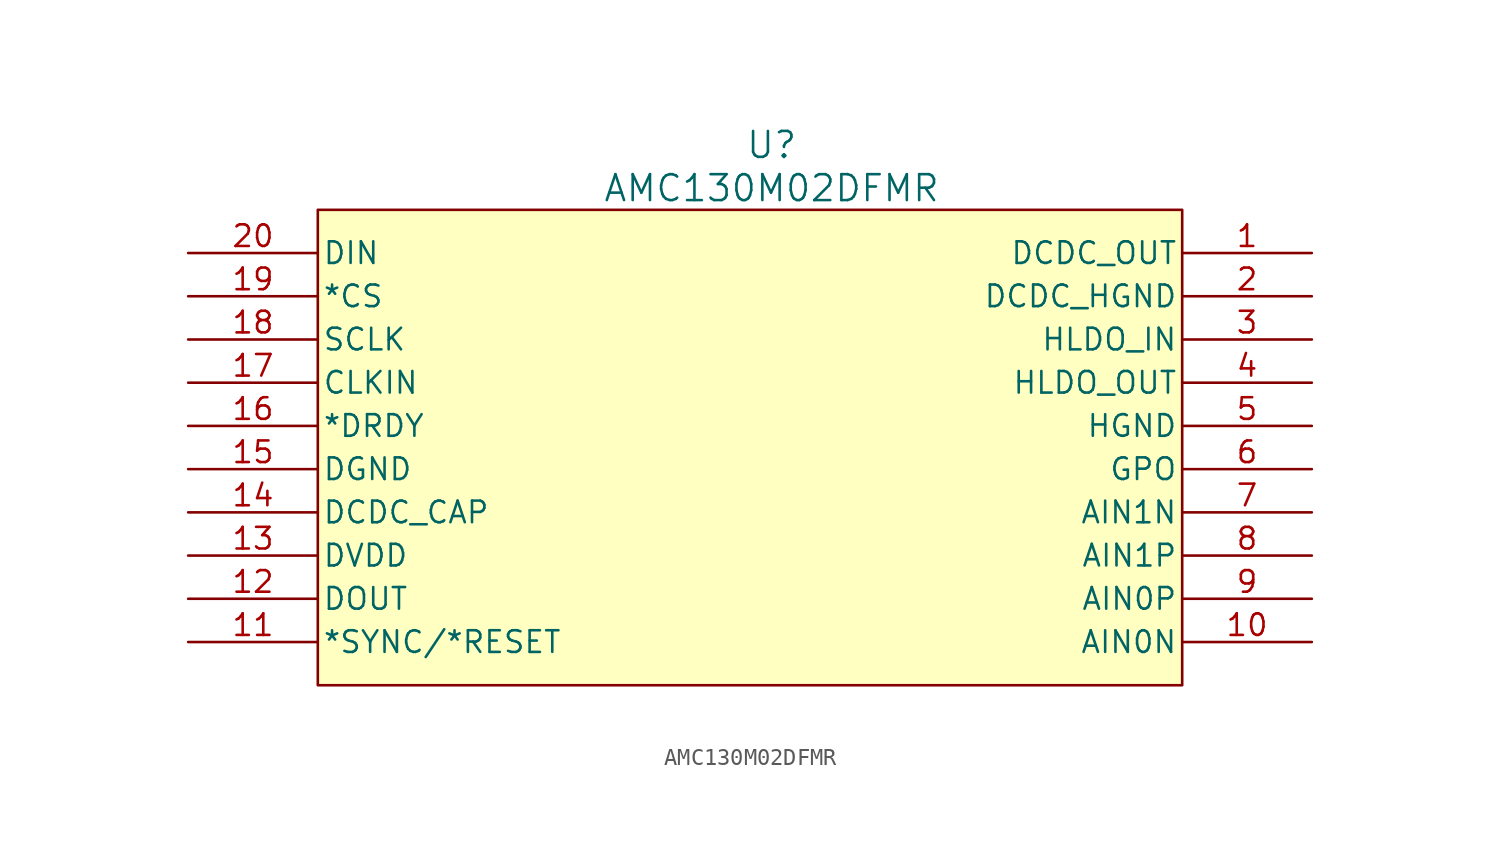
<source format=kicad_sym>
(kicad_symbol_lib
  (version 20220914)
  (generator kicad_symbol_editor)
  (symbol "AMC130M02DFMR"
    (pin_names
      (offset 0.254))
    (property "Reference" "U"
      (at 33.02 10.16 0)
      (effects (font (size 1.524 1.524))))
    (property "Value" "AMC130M02DFMR"
      (at 33.02 7.62 0)
      (effects (font (size 1.524 1.524))))
    (property "ki_locked" ""
      (at 0 0 0)
      (effects (font (size 1.27 1.27))))
    (symbol "AMC130M02DFMR_1_1"
      (rectangle (start 6.35 -21.59) (end 57.15 6.35) (stroke (width 0) (type default)) (fill (type background)))
      (pin power_in line (at 64.77 3.81 180) (length 7.62) (name "DCDC_OUT" (effects (font (size 1.27 1.27)))) (number "1" (effects (font (size 1.27 1.27)))))
      (pin input line (at 64.77 -19.05 180) (length 7.62) (name "AIN0N" (effects (font (size 1.27 1.27)))) (number "10" (effects (font (size 1.27 1.27)))))
      (pin input line (at -1.27 -19.05 0) (length 7.62) (name "*SYNC/*RESET" (effects (font (size 1.27 1.27)))) (number "11" (effects (font (size 1.27 1.27)))))
      (pin output line (at -1.27 -16.51 0) (length 7.62) (name "DOUT" (effects (font (size 1.27 1.27)))) (number "12" (effects (font (size 1.27 1.27)))))
      (pin power_in line (at -1.27 -13.97 0) (length 7.62) (name "DVDD" (effects (font (size 1.27 1.27)))) (number "13" (effects (font (size 1.27 1.27)))))
      (pin power_in line (at -1.27 -11.43 0) (length 7.62) (name "DCDC_CAP" (effects (font (size 1.27 1.27)))) (number "14" (effects (font (size 1.27 1.27)))))
      (pin power_out line (at -1.27 -8.89 0) (length 7.62) (name "DGND" (effects (font (size 1.27 1.27)))) (number "15" (effects (font (size 1.27 1.27)))))
      (pin output line (at -1.27 -6.35 0) (length 7.62) (name "*DRDY" (effects (font (size 1.27 1.27)))) (number "16" (effects (font (size 1.27 1.27)))))
      (pin input line (at -1.27 -3.81 0) (length 7.62) (name "CLKIN" (effects (font (size 1.27 1.27)))) (number "17" (effects (font (size 1.27 1.27)))))
      (pin input line (at -1.27 -1.27 0) (length 7.62) (name "SCLK" (effects (font (size 1.27 1.27)))) (number "18" (effects (font (size 1.27 1.27)))))
      (pin input line (at -1.27 1.27 0) (length 7.62) (name "*CS" (effects (font (size 1.27 1.27)))) (number "19" (effects (font (size 1.27 1.27)))))
      (pin power_out line (at 64.77 1.27 180) (length 7.62) (name "DCDC_HGND" (effects (font (size 1.27 1.27)))) (number "2" (effects (font (size 1.27 1.27)))))
      (pin input line (at -1.27 3.81 0) (length 7.62) (name "DIN" (effects (font (size 1.27 1.27)))) (number "20" (effects (font (size 1.27 1.27)))))
      (pin power_in line (at 64.77 -1.27 180) (length 7.62) (name "HLDO_IN" (effects (font (size 1.27 1.27)))) (number "3" (effects (font (size 1.27 1.27)))))
      (pin power_in line (at 64.77 -3.81 180) (length 7.62) (name "HLDO_OUT" (effects (font (size 1.27 1.27)))) (number "4" (effects (font (size 1.27 1.27)))))
      (pin power_out line (at 64.77 -6.35 180) (length 7.62) (name "HGND" (effects (font (size 1.27 1.27)))) (number "5" (effects (font (size 1.27 1.27)))))
      (pin output line (at 64.77 -8.89 180) (length 7.62) (name "GPO" (effects (font (size 1.27 1.27)))) (number "6" (effects (font (size 1.27 1.27)))))
      (pin input line (at 64.77 -11.43 180) (length 7.62) (name "AIN1N" (effects (font (size 1.27 1.27)))) (number "7" (effects (font (size 1.27 1.27)))))
      (pin input line (at 64.77 -13.97 180) (length 7.62) (name "AIN1P" (effects (font (size 1.27 1.27)))) (number "8" (effects (font (size 1.27 1.27)))))
      (pin input line (at 64.77 -16.51 180) (length 7.62) (name "AIN0P" (effects (font (size 1.27 1.27)))) (number "9" (effects (font (size 1.27 1.27))))))))
</source>
